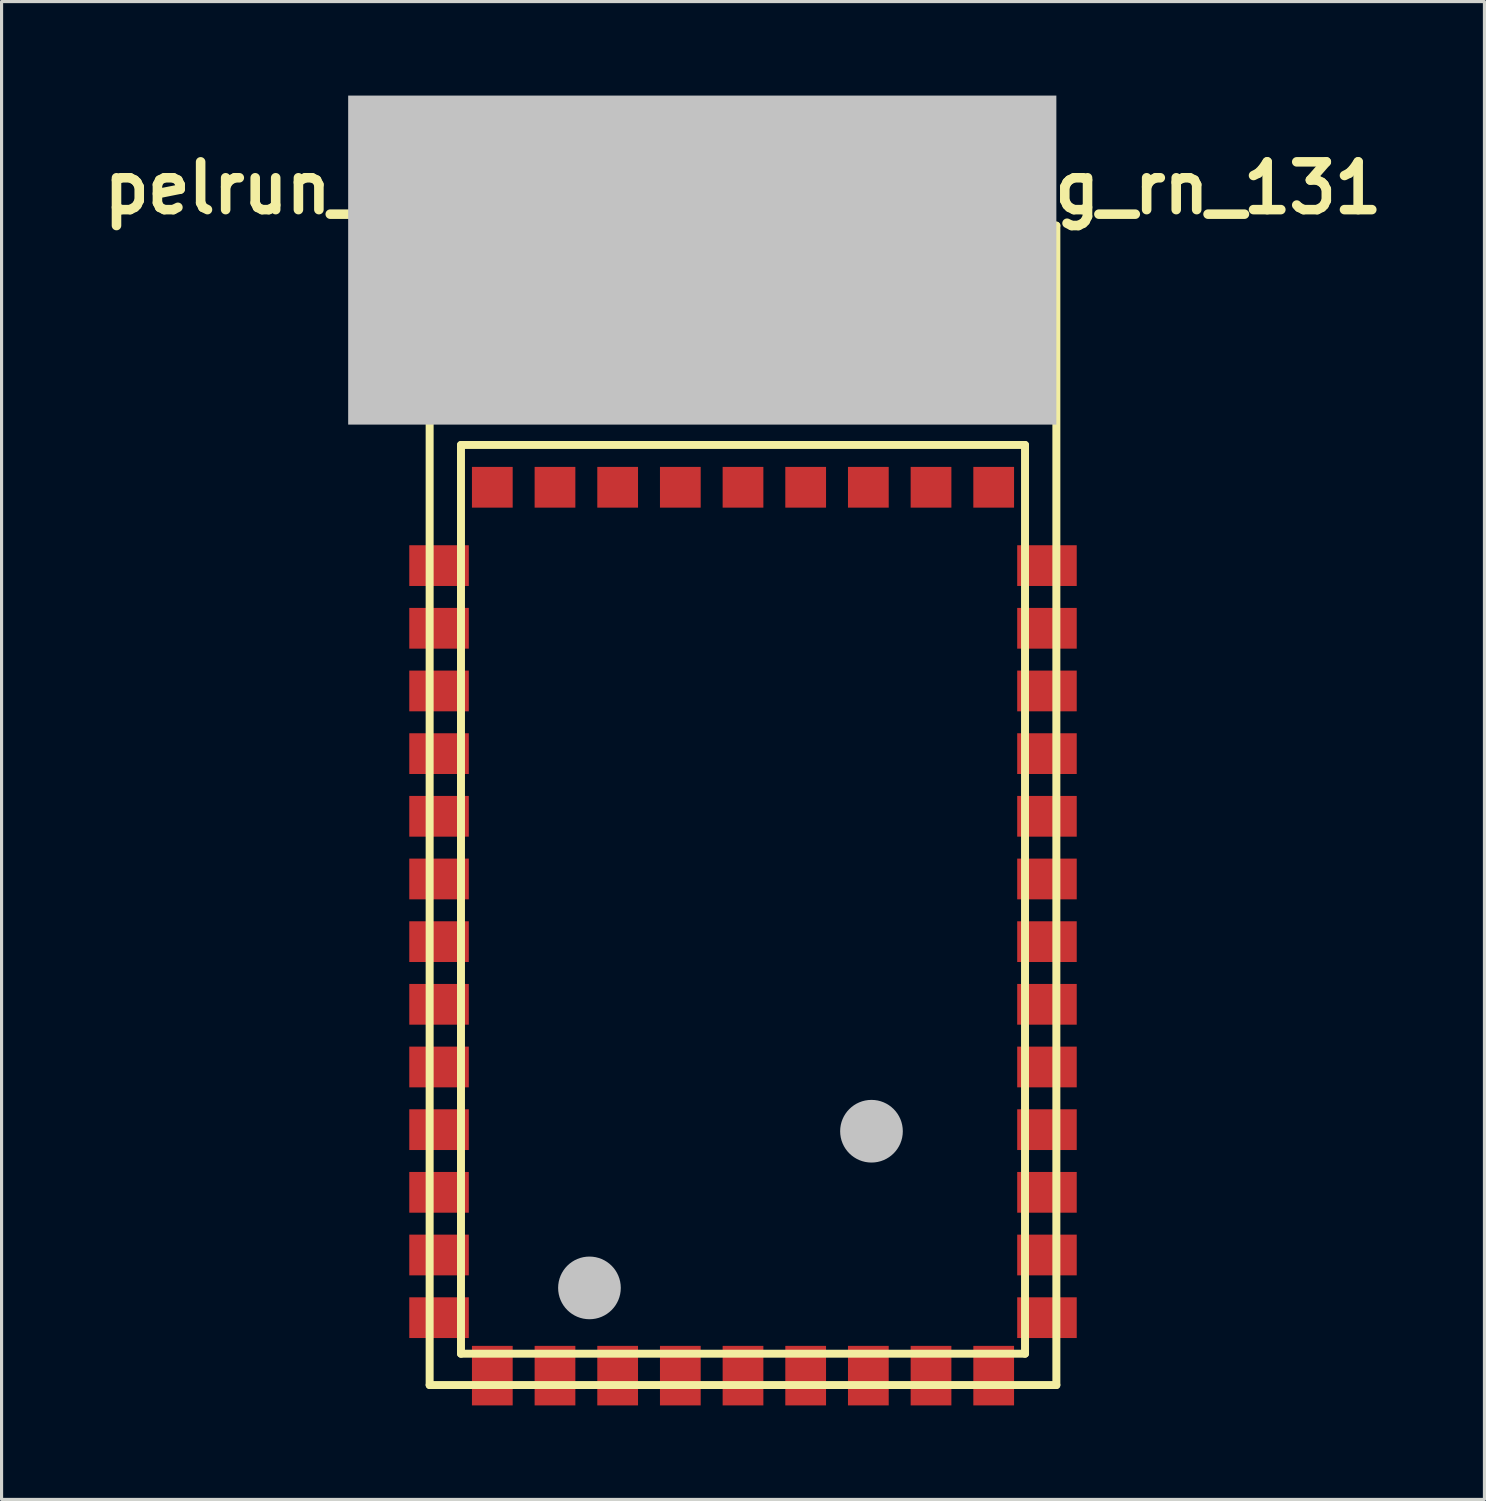
<source format=kicad_pcb>
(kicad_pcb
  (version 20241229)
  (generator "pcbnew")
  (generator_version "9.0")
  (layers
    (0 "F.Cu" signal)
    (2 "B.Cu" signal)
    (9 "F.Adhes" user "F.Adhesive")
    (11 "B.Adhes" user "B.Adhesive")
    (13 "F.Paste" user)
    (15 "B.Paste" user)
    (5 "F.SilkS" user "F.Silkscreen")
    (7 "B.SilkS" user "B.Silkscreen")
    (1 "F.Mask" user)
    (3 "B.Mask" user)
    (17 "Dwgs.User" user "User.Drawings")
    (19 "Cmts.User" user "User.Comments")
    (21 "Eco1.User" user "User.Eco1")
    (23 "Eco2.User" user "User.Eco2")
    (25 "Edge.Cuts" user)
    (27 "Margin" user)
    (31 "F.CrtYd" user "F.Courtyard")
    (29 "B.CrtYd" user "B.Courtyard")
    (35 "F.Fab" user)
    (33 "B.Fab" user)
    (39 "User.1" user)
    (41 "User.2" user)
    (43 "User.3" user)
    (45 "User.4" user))
  (footprint "pelrun_w_rf_modules_roving_rn_131"
    (layer "F.Cu")
    (at 20.661 22.65)
    (property "Reference" "pelrun_w_rf_modules_roving_rn_131" (at 0 -19.7 0) (layer "F.SilkS") (effects (font (size 1.524 1.524) (thickness 0.305))))
    (attr through_hole)
    (fp_line (start -10 -18.5) (end -10 18.5) (stroke (width 0.254) (type solid)) (layer "F.SilkS"))
    (fp_line (start -10 -18.5) (end 10 -18.5) (stroke (width 0.254) (type solid)) (layer "F.SilkS"))
    (fp_line (start -10 18.5) (end 10 18.5) (stroke (width 0.254) (type solid)) (layer "F.SilkS"))
    (fp_line (start -9 -17.8) (end 3.8 -17.8) (stroke (width 0.127) (type solid)) (layer "F.SilkS"))
    (fp_line (start -9 -14) (end -9 -17.8) (stroke (width 0.127) (type solid)) (layer "F.SilkS"))
    (fp_line (start -9 -11.5) (end -9 17.5) (stroke (width 0.254) (type solid)) (layer "F.SilkS"))
    (fp_line (start -9 -11.5) (end 9 -11.5) (stroke (width 0.254) (type solid)) (layer "F.SilkS"))
    (fp_line (start -9 17.5) (end 9 17.5) (stroke (width 0.254) (type solid)) (layer "F.SilkS"))
    (fp_line (start 3.8 -17.8) (end 3.8 -14) (stroke (width 0.127) (type solid)) (layer "F.SilkS"))
    (fp_line (start 3.8 -14) (end -9 -14) (stroke (width 0.127) (type solid)) (layer "F.SilkS"))
    (fp_line (start 6.2 -14.9) (end 6.2 -17.1) (stroke (width 0.127) (type solid)) (layer "F.SilkS"))
    (fp_line (start 6.4 -17.3) (end 8.6 -17.3) (stroke (width 0.127) (type solid)) (layer "F.SilkS"))
    (fp_line (start 8.6 -14.7) (end 6.4 -14.7) (stroke (width 0.127) (type solid)) (layer "F.SilkS"))
    (fp_line (start 8.8 -17.1) (end 8.8 -14.9) (stroke (width 0.127) (type solid)) (layer "F.SilkS"))
    (fp_line (start 9 -11.5) (end 9 17.5) (stroke (width 0.254) (type solid)) (layer "F.SilkS"))
    (fp_line (start 10 -18.5) (end 10 18.5) (stroke (width 0.254) (type solid)) (layer "F.SilkS"))
    (fp_arc (start 6.2 -17.1) (mid 6.258579 -17.241421) (end 6.4 -17.3) (stroke (width 0.127) (type solid)) (layer "F.SilkS"))
    (fp_arc (start 6.4 -14.7) (mid 6.258579 -14.758579) (end 6.2 -14.9) (stroke (width 0.127) (type solid)) (layer "F.SilkS"))
    (fp_arc (start 8.6 -17.3) (mid 8.741421 -17.241421) (end 8.8 -17.1) (stroke (width 0.127) (type solid)) (layer "F.SilkS"))
    (fp_arc (start 8.8 -14.9) (mid 8.741421 -14.758579) (end 8.6 -14.7) (stroke (width 0.127) (type solid)) (layer "F.SilkS"))
    (fp_circle (center 7.5 -16) (end 6.5 -16) (stroke (width 0.127) (type solid)) (fill no) (layer "F.SilkS"))
    (fp_circle (center 7.5 -16) (end 7.4 -16) (stroke (width 0.127) (type solid)) (fill no) (layer "F.SilkS"))
    (pad "" smd circle (at -4.9 15.4) (size 2 2) (layers "Dwgs.User"))
    (pad "" smd rect (at -1.3 -17.4) (size 22.6 10.5) (layers "Dwgs.User"))
    (pad "" smd circle (at 4.1 10.4) (size 2 2) (layers "Dwgs.User"))
    (pad "1" smd rect (at -9.7 -7.65) (size 1.9 1.3) (layers "F.Cu" "F.Mask" "F.Paste"))
    (pad "2" smd rect (at -9.7 -5.65) (size 1.9 1.3) (layers "F.Cu" "F.Mask" "F.Paste"))
    (pad "3" smd rect (at -9.7 -3.65) (size 1.9 1.3) (layers "F.Cu" "F.Mask" "F.Paste"))
    (pad "4" smd rect (at -9.7 -1.65) (size 1.9 1.3) (layers "F.Cu" "F.Mask" "F.Paste"))
    (pad "5" smd rect (at -9.7 0.35) (size 1.9 1.3) (layers "F.Cu" "F.Mask" "F.Paste"))
    (pad "6" smd rect (at -9.7 2.35) (size 1.9 1.3) (layers "F.Cu" "F.Mask" "F.Paste"))
    (pad "7" smd rect (at -9.7 4.35) (size 1.9 1.3) (layers "F.Cu" "F.Mask" "F.Paste"))
    (pad "8" smd rect (at -9.7 6.35) (size 1.9 1.3) (layers "F.Cu" "F.Mask" "F.Paste"))
    (pad "9" smd rect (at -9.7 8.35) (size 1.9 1.3) (layers "F.Cu" "F.Mask" "F.Paste"))
    (pad "10" smd rect (at -9.7 10.35) (size 1.9 1.3) (layers "F.Cu" "F.Mask" "F.Paste"))
    (pad "11" smd rect (at -9.7 12.35) (size 1.9 1.3) (layers "F.Cu" "F.Mask" "F.Paste"))
    (pad "12" smd rect (at -9.7 14.35) (size 1.9 1.3) (layers "F.Cu" "F.Mask" "F.Paste"))
    (pad "13" smd rect (at -9.7 16.35) (size 1.9 1.3) (layers "F.Cu" "F.Mask" "F.Paste"))
    (pad "14" smd rect (at -8 18.2) (size 1.3 1.9) (layers "F.Cu" "F.Mask" "F.Paste"))
    (pad "15" smd rect (at -6 18.2) (size 1.3 1.9) (layers "F.Cu" "F.Mask" "F.Paste"))
    (pad "16" smd rect (at -4 18.2) (size 1.3 1.9) (layers "F.Cu" "F.Mask" "F.Paste"))
    (pad "17" smd rect (at -2 18.2) (size 1.3 1.9) (layers "F.Cu" "F.Mask" "F.Paste"))
    (pad "18" smd rect (at 0 18.2) (size 1.3 1.9) (layers "F.Cu" "F.Mask" "F.Paste"))
    (pad "19" smd rect (at 2 18.2) (size 1.3 1.9) (layers "F.Cu" "F.Mask" "F.Paste"))
    (pad "20" smd rect (at 4 18.2) (size 1.3 1.9) (layers "F.Cu" "F.Mask" "F.Paste"))
    (pad "21" smd rect (at 6 18.2) (size 1.3 1.9) (layers "F.Cu" "F.Mask" "F.Paste"))
    (pad "22" smd rect (at 8 18.2) (size 1.3 1.9) (layers "F.Cu" "F.Mask" "F.Paste"))
    (pad "23" smd rect (at 9.7 16.35) (size 1.9 1.3) (layers "F.Cu" "F.Mask" "F.Paste"))
    (pad "24" smd rect (at 9.7 14.35) (size 1.9 1.3) (layers "F.Cu" "F.Mask" "F.Paste"))
    (pad "25" smd rect (at 9.7 12.35) (size 1.9 1.3) (layers "F.Cu" "F.Mask" "F.Paste"))
    (pad "26" smd rect (at 9.7 10.35) (size 1.9 1.3) (layers "F.Cu" "F.Mask" "F.Paste"))
    (pad "27" smd rect (at 9.7 8.35) (size 1.9 1.3) (layers "F.Cu" "F.Mask" "F.Paste"))
    (pad "28" smd rect (at 9.7 6.35) (size 1.9 1.3) (layers "F.Cu" "F.Mask" "F.Paste"))
    (pad "29" smd rect (at 9.7 4.35) (size 1.9 1.3) (layers "F.Cu" "F.Mask" "F.Paste"))
    (pad "30" smd rect (at 9.7 2.35) (size 1.9 1.3) (layers "F.Cu" "F.Mask" "F.Paste"))
    (pad "31" smd rect (at 9.7 0.35) (size 1.9 1.3) (layers "F.Cu" "F.Mask" "F.Paste"))
    (pad "32" smd rect (at 9.7 -1.65) (size 1.9 1.3) (layers "F.Cu" "F.Mask" "F.Paste"))
    (pad "33" smd rect (at 9.7 -3.65) (size 1.9 1.3) (layers "F.Cu" "F.Mask" "F.Paste"))
    (pad "34" smd rect (at 9.7 -5.65) (size 1.9 1.3) (layers "F.Cu" "F.Mask" "F.Paste"))
    (pad "35" smd rect (at 9.7 -7.65) (size 1.9 1.3) (layers "F.Cu" "F.Mask" "F.Paste"))
    (pad "36" smd rect (at 8 -10.15) (size 1.3 1.3) (layers "F.Cu" "F.Mask" "F.Paste"))
    (pad "37" smd rect (at 6 -10.15) (size 1.3 1.3) (layers "F.Cu" "F.Mask" "F.Paste"))
    (pad "38" smd rect (at 4 -10.15) (size 1.3 1.3) (layers "F.Cu" "F.Mask" "F.Paste"))
    (pad "39" smd rect (at 2 -10.15) (size 1.3 1.3) (layers "F.Cu" "F.Mask" "F.Paste"))
    (pad "40" smd rect (at 0 -10.15) (size 1.3 1.3) (layers "F.Cu" "F.Mask" "F.Paste"))
    (pad "41" smd rect (at -2 -10.15) (size 1.3 1.3) (layers "F.Cu" "F.Mask" "F.Paste"))
    (pad "42" smd rect (at -4 -10.15) (size 1.3 1.3) (layers "F.Cu" "F.Mask" "F.Paste"))
    (pad "43" smd rect (at -6 -10.15) (size 1.3 1.3) (layers "F.Cu" "F.Mask" "F.Paste"))
    (pad "44" smd rect (at -8 -10.15) (size 1.3 1.3) (layers "F.Cu" "F.Mask" "F.Paste")))
  (gr_rect
    (start -3 -3)
    (end 44.322 44.8)
    (stroke (width 0.1) (type default))
    (fill no)
    (layer "Edge.Cuts")))
</source>
